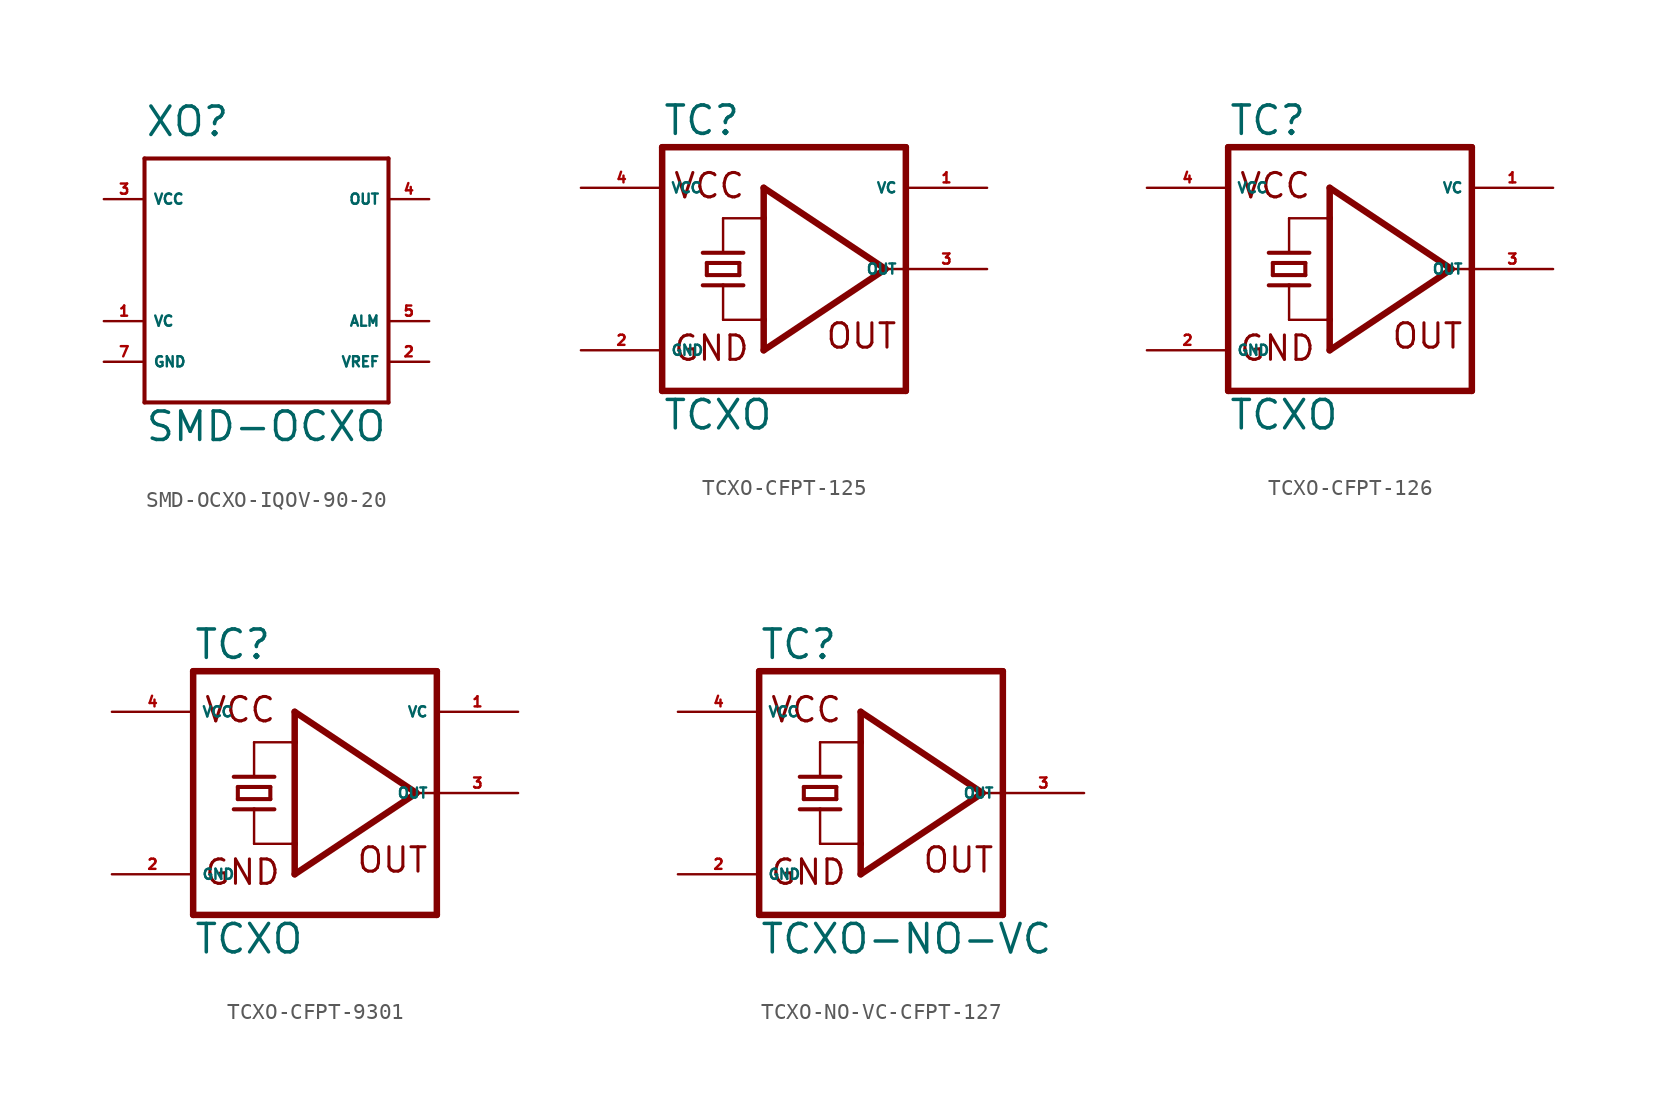
<source format=kicad_sym>
(kicad_symbol_lib
  (version 20220914)
  (generator Eagle2Kicad)
  (symbol "SMD-OCXO-IQOV-90-20"
    (property "Reference" "XO"
      (at -7.62 6.35 0)
      (effects (font (size 1.778 1.778) (thickness 0.22)) (justify left bottom)))
    (property "Value" "SMD-OCXO"
      (at -7.62 -12.7 0)
      (effects (font (size 1.778 1.778) (thickness 0.22)) (justify left bottom)))
    (polyline
      (pts (xy -7.62 5.08) (xy -7.62 -10.16))
      (stroke (width 0.254) (type default))
      (fill (type none)))
    (polyline
      (pts (xy -7.62 -10.16) (xy 7.62 -10.16))
      (stroke (width 0.254) (type default))
      (fill (type none)))
    (polyline
      (pts (xy 7.62 -10.16) (xy 7.62 5.08))
      (stroke (width 0.254) (type default))
      (fill (type none)))
    (polyline
      (pts (xy 7.62 5.08) (xy -7.62 5.08))
      (stroke (width 0.254) (type default))
      (fill (type none)))
    (pin unspecified line
      (at -10.16 2.54 0)
      (length 2.54)
      (name "VCC" (effects (font (size 0.635 0.635) (thickness 0.08)) (justify left bottom)))
      (number "3" (effects (font (size 0.635 0.635) (thickness 0.08)) (justify left bottom))))
    (pin output line
      (at 10.16 -7.62 180)
      (length 2.54)
      (name "VREF" (effects (font (size 0.635 0.635) (thickness 0.08)) (justify left bottom)))
      (number "2" (effects (font (size 0.635 0.635) (thickness 0.08)) (justify left bottom))))
    (pin output line
      (at 10.16 2.54 180)
      (length 2.54)
      (name "OUT" (effects (font (size 0.635 0.635) (thickness 0.08)) (justify left bottom)))
      (number "4" (effects (font (size 0.635 0.635) (thickness 0.08)) (justify left bottom))))
    (pin input line
      (at -10.16 -5.08 0)
      (length 2.54)
      (name "VC" (effects (font (size 0.635 0.635) (thickness 0.08)) (justify left bottom)))
      (number "1" (effects (font (size 0.635 0.635) (thickness 0.08)) (justify left bottom))))
    (pin unspecified line
      (at -10.16 -7.62 0)
      (length 2.54)
      (name "GND" (effects (font (size 0.635 0.635) (thickness 0.08)) (justify left bottom)))
      (number "7" (effects (font (size 0.635 0.635) (thickness 0.08)) (justify left bottom))))
    (pin output line
      (at 10.16 -5.08 180)
      (length 2.54)
      (name "ALM" (effects (font (size 0.635 0.635) (thickness 0.08)) (justify left bottom)))
      (number "5" (effects (font (size 0.635 0.635) (thickness 0.08)) (justify left bottom)))))
  (symbol "TCXO-CFPT-125"
    (property "Reference" "TC"
      (at -7.62 8.255 0)
      (effects (font (size 1.778 1.778) (thickness 0.22)) (justify left bottom)))
    (property "Value" "TCXO"
      (at -7.62 -10.16 0)
      (effects (font (size 1.778 1.778) (thickness 0.22)) (justify left bottom)))
    (polyline
      (pts (xy -7.62 7.62) (xy -7.62 -7.62))
      (stroke (width 0.406) (type default))
      (fill (type none)))
    (polyline
      (pts (xy 7.62 -7.62) (xy -7.62 -7.62))
      (stroke (width 0.406) (type default))
      (fill (type none)))
    (polyline
      (pts (xy 7.62 -7.62) (xy 7.62 0))
      (stroke (width 0.406) (type default))
      (fill (type none)))
    (polyline
      (pts (xy 7.62 0) (xy 7.62 7.62))
      (stroke (width 0.406) (type default))
      (fill (type none)))
    (polyline
      (pts (xy -7.62 7.62) (xy 7.62 7.62))
      (stroke (width 0.406) (type default))
      (fill (type none)))
    (polyline
      (pts (xy -4.826 -0.381) (xy -4.826 0.381))
      (stroke (width 0.254) (type default))
      (fill (type none)))
    (polyline
      (pts (xy -4.826 0.381) (xy -2.794 0.381))
      (stroke (width 0.254) (type default))
      (fill (type none)))
    (polyline
      (pts (xy -2.794 0.381) (xy -2.794 -0.381))
      (stroke (width 0.254) (type default))
      (fill (type none)))
    (polyline
      (pts (xy -4.826 -0.381) (xy -2.794 -0.381))
      (stroke (width 0.254) (type default))
      (fill (type none)))
    (polyline
      (pts (xy -5.08 -1.016) (xy -3.81 -1.016))
      (stroke (width 0.254) (type default))
      (fill (type none)))
    (polyline
      (pts (xy -3.81 -1.016) (xy -2.54 -1.016))
      (stroke (width 0.254) (type default))
      (fill (type none)))
    (polyline
      (pts (xy -3.81 1.016) (xy -3.81 3.175))
      (stroke (width 0.152) (type default))
      (fill (type none)))
    (polyline
      (pts (xy -3.81 -3.175) (xy -3.81 -1.016))
      (stroke (width 0.152) (type default))
      (fill (type none)))
    (polyline
      (pts (xy -1.27 5.08) (xy 6.35 0))
      (stroke (width 0.406) (type default))
      (fill (type none)))
    (polyline
      (pts (xy 6.35 0) (xy -1.27 -5.08))
      (stroke (width 0.406) (type default))
      (fill (type none)))
    (polyline
      (pts (xy -1.27 -5.08) (xy -1.27 -3.175))
      (stroke (width 0.406) (type default))
      (fill (type none)))
    (polyline
      (pts (xy -1.27 -3.175) (xy -1.27 3.175))
      (stroke (width 0.406) (type default))
      (fill (type none)))
    (polyline
      (pts (xy -1.27 3.175) (xy -1.27 5.08))
      (stroke (width 0.406) (type default))
      (fill (type none)))
    (polyline
      (pts (xy -3.81 3.175) (xy -1.27 3.175))
      (stroke (width 0.152) (type default))
      (fill (type none)))
    (polyline
      (pts (xy -3.81 -3.175) (xy -1.27 -3.175))
      (stroke (width 0.152) (type default))
      (fill (type none)))
    (polyline
      (pts (xy 6.35 0) (xy 7.62 0))
      (stroke (width 0.152) (type default))
      (fill (type none)))
    (polyline
      (pts (xy -5.08 1.016) (xy -2.54 1.016))
      (stroke (width 0.254) (type default))
      (fill (type none)))
    (text "GND"
      (at -6.985 -5.842 0)
      (effects (font (size 1.524 1.524) (thickness 0.19)) (justify left bottom)))
    (text "VCC"
      (at -6.985 4.318 0)
      (effects (font (size 1.524 1.524) (thickness 0.19)) (justify left bottom)))
    (text "OUT"
      (at 2.54 -5.08 0)
      (effects (font (size 1.524 1.524) (thickness 0.19)) (justify left bottom)))
    (pin unspecified line
      (at -12.7 -5.08 0)
      (length 5.08)
      (name "GND" (effects (font (size 0.635 0.635) (thickness 0.08)) (justify left bottom)))
      (number "2" (effects (font (size 0.635 0.635) (thickness 0.08)) (justify left bottom))))
    (pin unspecified line
      (at -12.7 5.08 0)
      (length 5.08)
      (name "VCC" (effects (font (size 0.635 0.635) (thickness 0.08)) (justify left bottom)))
      (number "4" (effects (font (size 0.635 0.635) (thickness 0.08)) (justify left bottom))))
    (pin output line
      (at 12.7 0 180)
      (length 5.08)
      (name "OUT" (effects (font (size 0.635 0.635) (thickness 0.08)) (justify left bottom)))
      (number "3" (effects (font (size 0.635 0.635) (thickness 0.08)) (justify left bottom))))
    (pin input line
      (at 12.7 5.08 180)
      (length 5.08)
      (name "VC" (effects (font (size 0.635 0.635) (thickness 0.08)) (justify left bottom)))
      (number "1" (effects (font (size 0.635 0.635) (thickness 0.08)) (justify left bottom)))))
  (symbol "TCXO-CFPT-126"
    (property "Reference" "TC"
      (at -7.62 8.255 0)
      (effects (font (size 1.778 1.778) (thickness 0.22)) (justify left bottom)))
    (property "Value" "TCXO"
      (at -7.62 -10.16 0)
      (effects (font (size 1.778 1.778) (thickness 0.22)) (justify left bottom)))
    (polyline
      (pts (xy -7.62 7.62) (xy -7.62 -7.62))
      (stroke (width 0.406) (type default))
      (fill (type none)))
    (polyline
      (pts (xy 7.62 -7.62) (xy -7.62 -7.62))
      (stroke (width 0.406) (type default))
      (fill (type none)))
    (polyline
      (pts (xy 7.62 -7.62) (xy 7.62 0))
      (stroke (width 0.406) (type default))
      (fill (type none)))
    (polyline
      (pts (xy 7.62 0) (xy 7.62 7.62))
      (stroke (width 0.406) (type default))
      (fill (type none)))
    (polyline
      (pts (xy -7.62 7.62) (xy 7.62 7.62))
      (stroke (width 0.406) (type default))
      (fill (type none)))
    (polyline
      (pts (xy -4.826 -0.381) (xy -4.826 0.381))
      (stroke (width 0.254) (type default))
      (fill (type none)))
    (polyline
      (pts (xy -4.826 0.381) (xy -2.794 0.381))
      (stroke (width 0.254) (type default))
      (fill (type none)))
    (polyline
      (pts (xy -2.794 0.381) (xy -2.794 -0.381))
      (stroke (width 0.254) (type default))
      (fill (type none)))
    (polyline
      (pts (xy -4.826 -0.381) (xy -2.794 -0.381))
      (stroke (width 0.254) (type default))
      (fill (type none)))
    (polyline
      (pts (xy -5.08 -1.016) (xy -3.81 -1.016))
      (stroke (width 0.254) (type default))
      (fill (type none)))
    (polyline
      (pts (xy -3.81 -1.016) (xy -2.54 -1.016))
      (stroke (width 0.254) (type default))
      (fill (type none)))
    (polyline
      (pts (xy -3.81 1.016) (xy -3.81 3.175))
      (stroke (width 0.152) (type default))
      (fill (type none)))
    (polyline
      (pts (xy -3.81 -3.175) (xy -3.81 -1.016))
      (stroke (width 0.152) (type default))
      (fill (type none)))
    (polyline
      (pts (xy -1.27 5.08) (xy 6.35 0))
      (stroke (width 0.406) (type default))
      (fill (type none)))
    (polyline
      (pts (xy 6.35 0) (xy -1.27 -5.08))
      (stroke (width 0.406) (type default))
      (fill (type none)))
    (polyline
      (pts (xy -1.27 -5.08) (xy -1.27 -3.175))
      (stroke (width 0.406) (type default))
      (fill (type none)))
    (polyline
      (pts (xy -1.27 -3.175) (xy -1.27 3.175))
      (stroke (width 0.406) (type default))
      (fill (type none)))
    (polyline
      (pts (xy -1.27 3.175) (xy -1.27 5.08))
      (stroke (width 0.406) (type default))
      (fill (type none)))
    (polyline
      (pts (xy -3.81 3.175) (xy -1.27 3.175))
      (stroke (width 0.152) (type default))
      (fill (type none)))
    (polyline
      (pts (xy -3.81 -3.175) (xy -1.27 -3.175))
      (stroke (width 0.152) (type default))
      (fill (type none)))
    (polyline
      (pts (xy 6.35 0) (xy 7.62 0))
      (stroke (width 0.152) (type default))
      (fill (type none)))
    (polyline
      (pts (xy -5.08 1.016) (xy -2.54 1.016))
      (stroke (width 0.254) (type default))
      (fill (type none)))
    (text "GND"
      (at -6.985 -5.842 0)
      (effects (font (size 1.524 1.524) (thickness 0.19)) (justify left bottom)))
    (text "VCC"
      (at -6.985 4.318 0)
      (effects (font (size 1.524 1.524) (thickness 0.19)) (justify left bottom)))
    (text "OUT"
      (at 2.54 -5.08 0)
      (effects (font (size 1.524 1.524) (thickness 0.19)) (justify left bottom)))
    (pin unspecified line
      (at -12.7 -5.08 0)
      (length 5.08)
      (name "GND" (effects (font (size 0.635 0.635) (thickness 0.08)) (justify left bottom)))
      (number "2" (effects (font (size 0.635 0.635) (thickness 0.08)) (justify left bottom))))
    (pin unspecified line
      (at -12.7 5.08 0)
      (length 5.08)
      (name "VCC" (effects (font (size 0.635 0.635) (thickness 0.08)) (justify left bottom)))
      (number "4" (effects (font (size 0.635 0.635) (thickness 0.08)) (justify left bottom))))
    (pin output line
      (at 12.7 0 180)
      (length 5.08)
      (name "OUT" (effects (font (size 0.635 0.635) (thickness 0.08)) (justify left bottom)))
      (number "3" (effects (font (size 0.635 0.635) (thickness 0.08)) (justify left bottom))))
    (pin input line
      (at 12.7 5.08 180)
      (length 5.08)
      (name "VC" (effects (font (size 0.635 0.635) (thickness 0.08)) (justify left bottom)))
      (number "1" (effects (font (size 0.635 0.635) (thickness 0.08)) (justify left bottom)))))
  (symbol "TCXO-CFPT-9301"
    (property "Reference" "TC"
      (at -7.62 8.255 0)
      (effects (font (size 1.778 1.778) (thickness 0.22)) (justify left bottom)))
    (property "Value" "TCXO"
      (at -7.62 -10.16 0)
      (effects (font (size 1.778 1.778) (thickness 0.22)) (justify left bottom)))
    (polyline
      (pts (xy -7.62 7.62) (xy -7.62 -7.62))
      (stroke (width 0.406) (type default))
      (fill (type none)))
    (polyline
      (pts (xy 7.62 -7.62) (xy -7.62 -7.62))
      (stroke (width 0.406) (type default))
      (fill (type none)))
    (polyline
      (pts (xy 7.62 -7.62) (xy 7.62 0))
      (stroke (width 0.406) (type default))
      (fill (type none)))
    (polyline
      (pts (xy 7.62 0) (xy 7.62 7.62))
      (stroke (width 0.406) (type default))
      (fill (type none)))
    (polyline
      (pts (xy -7.62 7.62) (xy 7.62 7.62))
      (stroke (width 0.406) (type default))
      (fill (type none)))
    (polyline
      (pts (xy -4.826 -0.381) (xy -4.826 0.381))
      (stroke (width 0.254) (type default))
      (fill (type none)))
    (polyline
      (pts (xy -4.826 0.381) (xy -2.794 0.381))
      (stroke (width 0.254) (type default))
      (fill (type none)))
    (polyline
      (pts (xy -2.794 0.381) (xy -2.794 -0.381))
      (stroke (width 0.254) (type default))
      (fill (type none)))
    (polyline
      (pts (xy -4.826 -0.381) (xy -2.794 -0.381))
      (stroke (width 0.254) (type default))
      (fill (type none)))
    (polyline
      (pts (xy -5.08 -1.016) (xy -3.81 -1.016))
      (stroke (width 0.254) (type default))
      (fill (type none)))
    (polyline
      (pts (xy -3.81 -1.016) (xy -2.54 -1.016))
      (stroke (width 0.254) (type default))
      (fill (type none)))
    (polyline
      (pts (xy -3.81 1.016) (xy -3.81 3.175))
      (stroke (width 0.152) (type default))
      (fill (type none)))
    (polyline
      (pts (xy -3.81 -3.175) (xy -3.81 -1.016))
      (stroke (width 0.152) (type default))
      (fill (type none)))
    (polyline
      (pts (xy -1.27 5.08) (xy 6.35 0))
      (stroke (width 0.406) (type default))
      (fill (type none)))
    (polyline
      (pts (xy 6.35 0) (xy -1.27 -5.08))
      (stroke (width 0.406) (type default))
      (fill (type none)))
    (polyline
      (pts (xy -1.27 -5.08) (xy -1.27 -3.175))
      (stroke (width 0.406) (type default))
      (fill (type none)))
    (polyline
      (pts (xy -1.27 -3.175) (xy -1.27 3.175))
      (stroke (width 0.406) (type default))
      (fill (type none)))
    (polyline
      (pts (xy -1.27 3.175) (xy -1.27 5.08))
      (stroke (width 0.406) (type default))
      (fill (type none)))
    (polyline
      (pts (xy -3.81 3.175) (xy -1.27 3.175))
      (stroke (width 0.152) (type default))
      (fill (type none)))
    (polyline
      (pts (xy -3.81 -3.175) (xy -1.27 -3.175))
      (stroke (width 0.152) (type default))
      (fill (type none)))
    (polyline
      (pts (xy 6.35 0) (xy 7.62 0))
      (stroke (width 0.152) (type default))
      (fill (type none)))
    (polyline
      (pts (xy -5.08 1.016) (xy -2.54 1.016))
      (stroke (width 0.254) (type default))
      (fill (type none)))
    (text "GND"
      (at -6.985 -5.842 0)
      (effects (font (size 1.524 1.524) (thickness 0.19)) (justify left bottom)))
    (text "VCC"
      (at -6.985 4.318 0)
      (effects (font (size 1.524 1.524) (thickness 0.19)) (justify left bottom)))
    (text "OUT"
      (at 2.54 -5.08 0)
      (effects (font (size 1.524 1.524) (thickness 0.19)) (justify left bottom)))
    (pin unspecified line
      (at -12.7 -5.08 0)
      (length 5.08)
      (name "GND" (effects (font (size 0.635 0.635) (thickness 0.08)) (justify left bottom)))
      (number "2" (effects (font (size 0.635 0.635) (thickness 0.08)) (justify left bottom))))
    (pin unspecified line
      (at -12.7 5.08 0)
      (length 5.08)
      (name "VCC" (effects (font (size 0.635 0.635) (thickness 0.08)) (justify left bottom)))
      (number "4" (effects (font (size 0.635 0.635) (thickness 0.08)) (justify left bottom))))
    (pin output line
      (at 12.7 0 180)
      (length 5.08)
      (name "OUT" (effects (font (size 0.635 0.635) (thickness 0.08)) (justify left bottom)))
      (number "3" (effects (font (size 0.635 0.635) (thickness 0.08)) (justify left bottom))))
    (pin input line
      (at 12.7 5.08 180)
      (length 5.08)
      (name "VC" (effects (font (size 0.635 0.635) (thickness 0.08)) (justify left bottom)))
      (number "1" (effects (font (size 0.635 0.635) (thickness 0.08)) (justify left bottom)))))
  (symbol "TCXO-NO-VC-CFPT-127"
    (property "Reference" "TC"
      (at -7.62 8.255 0)
      (effects (font (size 1.778 1.778) (thickness 0.22)) (justify left bottom)))
    (property "Value" "TCXO-NO-VC"
      (at -7.62 -10.16 0)
      (effects (font (size 1.778 1.778) (thickness 0.22)) (justify left bottom)))
    (polyline
      (pts (xy -7.62 7.62) (xy -7.62 -7.62))
      (stroke (width 0.406) (type default))
      (fill (type none)))
    (polyline
      (pts (xy 7.62 -7.62) (xy -7.62 -7.62))
      (stroke (width 0.406) (type default))
      (fill (type none)))
    (polyline
      (pts (xy 7.62 -7.62) (xy 7.62 0))
      (stroke (width 0.406) (type default))
      (fill (type none)))
    (polyline
      (pts (xy 7.62 0) (xy 7.62 7.62))
      (stroke (width 0.406) (type default))
      (fill (type none)))
    (polyline
      (pts (xy -7.62 7.62) (xy 7.62 7.62))
      (stroke (width 0.406) (type default))
      (fill (type none)))
    (polyline
      (pts (xy -4.826 -0.381) (xy -4.826 0.381))
      (stroke (width 0.254) (type default))
      (fill (type none)))
    (polyline
      (pts (xy -4.826 0.381) (xy -2.794 0.381))
      (stroke (width 0.254) (type default))
      (fill (type none)))
    (polyline
      (pts (xy -2.794 0.381) (xy -2.794 -0.381))
      (stroke (width 0.254) (type default))
      (fill (type none)))
    (polyline
      (pts (xy -4.826 -0.381) (xy -2.794 -0.381))
      (stroke (width 0.254) (type default))
      (fill (type none)))
    (polyline
      (pts (xy -5.08 -1.016) (xy -3.81 -1.016))
      (stroke (width 0.254) (type default))
      (fill (type none)))
    (polyline
      (pts (xy -3.81 -1.016) (xy -2.54 -1.016))
      (stroke (width 0.254) (type default))
      (fill (type none)))
    (polyline
      (pts (xy -3.81 1.016) (xy -3.81 3.175))
      (stroke (width 0.152) (type default))
      (fill (type none)))
    (polyline
      (pts (xy -3.81 -3.175) (xy -3.81 -1.016))
      (stroke (width 0.152) (type default))
      (fill (type none)))
    (polyline
      (pts (xy -1.27 5.08) (xy 6.35 0))
      (stroke (width 0.406) (type default))
      (fill (type none)))
    (polyline
      (pts (xy 6.35 0) (xy -1.27 -5.08))
      (stroke (width 0.406) (type default))
      (fill (type none)))
    (polyline
      (pts (xy -1.27 -5.08) (xy -1.27 -3.175))
      (stroke (width 0.406) (type default))
      (fill (type none)))
    (polyline
      (pts (xy -1.27 -3.175) (xy -1.27 3.175))
      (stroke (width 0.406) (type default))
      (fill (type none)))
    (polyline
      (pts (xy -1.27 3.175) (xy -1.27 5.08))
      (stroke (width 0.406) (type default))
      (fill (type none)))
    (polyline
      (pts (xy -3.81 3.175) (xy -1.27 3.175))
      (stroke (width 0.152) (type default))
      (fill (type none)))
    (polyline
      (pts (xy -3.81 -3.175) (xy -1.27 -3.175))
      (stroke (width 0.152) (type default))
      (fill (type none)))
    (polyline
      (pts (xy 6.35 0) (xy 7.62 0))
      (stroke (width 0.152) (type default))
      (fill (type none)))
    (polyline
      (pts (xy -5.08 1.016) (xy -2.54 1.016))
      (stroke (width 0.254) (type default))
      (fill (type none)))
    (text "GND"
      (at -6.985 -5.842 0)
      (effects (font (size 1.524 1.524) (thickness 0.19)) (justify left bottom)))
    (text "VCC"
      (at -6.985 4.318 0)
      (effects (font (size 1.524 1.524) (thickness 0.19)) (justify left bottom)))
    (text "OUT"
      (at 2.54 -5.08 0)
      (effects (font (size 1.524 1.524) (thickness 0.19)) (justify left bottom)))
    (pin unspecified line
      (at -12.7 -5.08 0)
      (length 5.08)
      (name "GND" (effects (font (size 0.635 0.635) (thickness 0.08)) (justify left bottom)))
      (number "2" (effects (font (size 0.635 0.635) (thickness 0.08)) (justify left bottom))))
    (pin unspecified line
      (at -12.7 5.08 0)
      (length 5.08)
      (name "VCC" (effects (font (size 0.635 0.635) (thickness 0.08)) (justify left bottom)))
      (number "4" (effects (font (size 0.635 0.635) (thickness 0.08)) (justify left bottom))))
    (pin output line
      (at 12.7 0 180)
      (length 5.08)
      (name "OUT" (effects (font (size 0.635 0.635) (thickness 0.08)) (justify left bottom)))
      (number "3" (effects (font (size 0.635 0.635) (thickness 0.08)) (justify left bottom))))))
</source>
